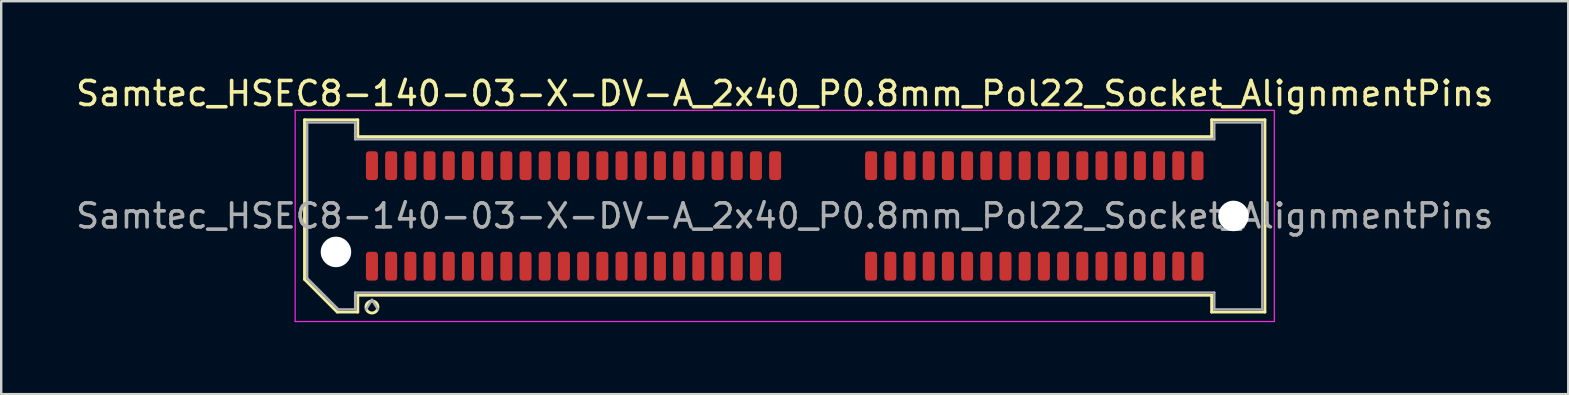
<source format=kicad_pcb>
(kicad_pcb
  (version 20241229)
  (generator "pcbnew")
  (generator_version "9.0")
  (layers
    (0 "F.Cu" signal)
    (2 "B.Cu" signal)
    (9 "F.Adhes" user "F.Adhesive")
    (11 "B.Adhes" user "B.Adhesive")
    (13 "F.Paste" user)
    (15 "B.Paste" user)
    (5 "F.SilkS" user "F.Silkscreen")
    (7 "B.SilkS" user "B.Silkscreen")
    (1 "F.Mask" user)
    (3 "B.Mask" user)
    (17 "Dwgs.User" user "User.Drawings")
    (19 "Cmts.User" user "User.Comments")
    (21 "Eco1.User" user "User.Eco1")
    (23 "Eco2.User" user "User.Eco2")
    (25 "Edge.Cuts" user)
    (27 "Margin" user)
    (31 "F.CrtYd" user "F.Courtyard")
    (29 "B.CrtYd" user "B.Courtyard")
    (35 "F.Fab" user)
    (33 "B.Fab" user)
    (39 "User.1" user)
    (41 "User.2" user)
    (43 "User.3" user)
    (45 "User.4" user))
  (footprint "Samtec_HSEC8-140-03-X-DV-A_2x40_P0.8mm_Pol22_Socket_AlignmentPins"
    (layer "F.Cu")
    (at 29.649 5.948)
    (property "Reference" "Samtec_HSEC8-140-03-X-DV-A_2x40_P0.8mm_Pol22_Socket_AlignmentPins" (at 0 -5.1 0) (layer "F.SilkS") (effects (font (size 1 1) (thickness 0.15))))
    (attr smd)
    (fp_line (start -20.01 -4.005) (end -17.79 -4.005) (stroke (width 0.12) (type solid)) (layer "F.SilkS"))
    (fp_line (start -20.01 2.641) (end -20.01 -4.005) (stroke (width 0.12) (type solid)) (layer "F.SilkS"))
    (fp_line (start -18.646 4.005) (end -20.01 2.641) (stroke (width 0.12) (type solid)) (layer "F.SilkS"))
    (fp_line (start -17.79 -4.005) (end -17.79 -3.305) (stroke (width 0.12) (type solid)) (layer "F.SilkS"))
    (fp_line (start -17.79 -3.305) (end 17.79 -3.305) (stroke (width 0.12) (type solid)) (layer "F.SilkS"))
    (fp_line (start -17.79 3.305) (end -17.79 4.005) (stroke (width 0.12) (type solid)) (layer "F.SilkS"))
    (fp_line (start -17.79 4.005) (end -18.646 4.005) (stroke (width 0.12) (type solid)) (layer "F.SilkS"))
    (fp_line (start 17.79 -4.005) (end 20.01 -4.005) (stroke (width 0.12) (type solid)) (layer "F.SilkS"))
    (fp_line (start 17.79 -3.305) (end 17.79 -4.005) (stroke (width 0.12) (type solid)) (layer "F.SilkS"))
    (fp_line (start 17.79 3.305) (end -17.79 3.305) (stroke (width 0.12) (type solid)) (layer "F.SilkS"))
    (fp_line (start 17.79 4.005) (end 17.79 3.305) (stroke (width 0.12) (type solid)) (layer "F.SilkS"))
    (fp_line (start 20.01 -4.005) (end 20.01 4.005) (stroke (width 0.12) (type solid)) (layer "F.SilkS"))
    (fp_line (start 20.01 4.005) (end 17.79 4.005) (stroke (width 0.12) (type solid)) (layer "F.SilkS"))
    (fp_arc (start -16.95 3.795) (mid -17.45 3.795) (end -16.95 3.795) (stroke (width 0.12) (type solid)) (layer "F.SilkS"))
    (fp_line (start -20.4 -4.4) (end -20.4 4.4) (stroke (width 0.05) (type solid)) (layer "F.CrtYd"))
    (fp_line (start -20.4 4.4) (end 20.4 4.4) (stroke (width 0.05) (type solid)) (layer "F.CrtYd"))
    (fp_line (start 20.4 -4.4) (end -20.4 -4.4) (stroke (width 0.05) (type solid)) (layer "F.CrtYd"))
    (fp_line (start 20.4 4.4) (end 20.4 -4.4) (stroke (width 0.05) (type solid)) (layer "F.CrtYd"))
    (fp_line (start -19.9 -3.895) (end -17.9 -3.895) (stroke (width 0.1) (type solid)) (layer "F.Fab"))
    (fp_line (start -19.9 2.595) (end -19.9 -3.895) (stroke (width 0.1) (type solid)) (layer "F.Fab"))
    (fp_line (start -18.6 3.895) (end -19.9 2.595) (stroke (width 0.1) (type solid)) (layer "F.Fab"))
    (fp_line (start -17.9 -3.895) (end -17.9 -3.195) (stroke (width 0.1) (type solid)) (layer "F.Fab"))
    (fp_line (start -17.9 -3.195) (end 17.9 -3.195) (stroke (width 0.1) (type solid)) (layer "F.Fab"))
    (fp_line (start -17.9 3.195) (end -17.9 3.895) (stroke (width 0.1) (type solid)) (layer "F.Fab"))
    (fp_line (start -17.9 3.895) (end -18.6 3.895) (stroke (width 0.1) (type solid)) (layer "F.Fab"))
    (fp_line (start -17.2 3.495) (end -17.45 3.895) (stroke (width 0.1) (type solid)) (layer "F.Fab"))
    (fp_line (start -17.2 3.495) (end -16.95 3.895) (stroke (width 0.1) (type solid)) (layer "F.Fab"))
    (fp_line (start 17.9 -3.895) (end 19.9 -3.895) (stroke (width 0.1) (type solid)) (layer "F.Fab"))
    (fp_line (start 17.9 -3.195) (end 17.9 -3.895) (stroke (width 0.1) (type solid)) (layer "F.Fab"))
    (fp_line (start 17.9 3.195) (end -17.9 3.195) (stroke (width 0.1) (type solid)) (layer "F.Fab"))
    (fp_line (start 17.9 3.895) (end 17.9 3.195) (stroke (width 0.1) (type solid)) (layer "F.Fab"))
    (fp_line (start 19.9 -3.895) (end 19.9 3.895) (stroke (width 0.1) (type solid)) (layer "F.Fab"))
    (fp_line (start 19.9 3.895) (end 17.9 3.895) (stroke (width 0.1) (type solid)) (layer "F.Fab"))
    (fp_text user "${REFERENCE}" (at 0 0 0) (layer "F.Fab") (effects (font (size 1 1) (thickness 0.15))))
    (pad "" np_thru_hole circle (at -18.7 1.5) (size 1.27 1.27) (drill 1.27) (layers "*.Cu" "*.Mask"))
    (pad "" np_thru_hole circle (at 18.7 0) (size 1.27 1.27) (drill 1.27) (layers "*.Cu" "*.Mask"))
    (pad "1" smd roundrect (at -17.2 2.095) (size 0.5 1.2) (layers "F.Cu" "F.Mask" "F.Paste") (roundrect_rratio 0.25))
    (pad "2" smd roundrect (at -17.2 -2.095) (size 0.5 1.2) (layers "F.Cu" "F.Mask" "F.Paste") (roundrect_rratio 0.25))
    (pad "3" smd roundrect (at -16.4 2.095) (size 0.5 1.2) (layers "F.Cu" "F.Mask" "F.Paste") (roundrect_rratio 0.25))
    (pad "4" smd roundrect (at -16.4 -2.095) (size 0.5 1.2) (layers "F.Cu" "F.Mask" "F.Paste") (roundrect_rratio 0.25))
    (pad "5" smd roundrect (at -15.6 2.095) (size 0.5 1.2) (layers "F.Cu" "F.Mask" "F.Paste") (roundrect_rratio 0.25))
    (pad "6" smd roundrect (at -15.6 -2.095) (size 0.5 1.2) (layers "F.Cu" "F.Mask" "F.Paste") (roundrect_rratio 0.25))
    (pad "7" smd roundrect (at -14.8 2.095) (size 0.5 1.2) (layers "F.Cu" "F.Mask" "F.Paste") (roundrect_rratio 0.25))
    (pad "8" smd roundrect (at -14.8 -2.095) (size 0.5 1.2) (layers "F.Cu" "F.Mask" "F.Paste") (roundrect_rratio 0.25))
    (pad "9" smd roundrect (at -14 2.095) (size 0.5 1.2) (layers "F.Cu" "F.Mask" "F.Paste") (roundrect_rratio 0.25))
    (pad "10" smd roundrect (at -14 -2.095) (size 0.5 1.2) (layers "F.Cu" "F.Mask" "F.Paste") (roundrect_rratio 0.25))
    (pad "11" smd roundrect (at -13.2 2.095) (size 0.5 1.2) (layers "F.Cu" "F.Mask" "F.Paste") (roundrect_rratio 0.25))
    (pad "12" smd roundrect (at -13.2 -2.095) (size 0.5 1.2) (layers "F.Cu" "F.Mask" "F.Paste") (roundrect_rratio 0.25))
    (pad "13" smd roundrect (at -12.4 2.095) (size 0.5 1.2) (layers "F.Cu" "F.Mask" "F.Paste") (roundrect_rratio 0.25))
    (pad "14" smd roundrect (at -12.4 -2.095) (size 0.5 1.2) (layers "F.Cu" "F.Mask" "F.Paste") (roundrect_rratio 0.25))
    (pad "15" smd roundrect (at -11.6 2.095) (size 0.5 1.2) (layers "F.Cu" "F.Mask" "F.Paste") (roundrect_rratio 0.25))
    (pad "16" smd roundrect (at -11.6 -2.095) (size 0.5 1.2) (layers "F.Cu" "F.Mask" "F.Paste") (roundrect_rratio 0.25))
    (pad "17" smd roundrect (at -10.8 2.095) (size 0.5 1.2) (layers "F.Cu" "F.Mask" "F.Paste") (roundrect_rratio 0.25))
    (pad "18" smd roundrect (at -10.8 -2.095) (size 0.5 1.2) (layers "F.Cu" "F.Mask" "F.Paste") (roundrect_rratio 0.25))
    (pad "19" smd roundrect (at -10 2.095) (size 0.5 1.2) (layers "F.Cu" "F.Mask" "F.Paste") (roundrect_rratio 0.25))
    (pad "20" smd roundrect (at -10 -2.095) (size 0.5 1.2) (layers "F.Cu" "F.Mask" "F.Paste") (roundrect_rratio 0.25))
    (pad "21" smd roundrect (at -9.2 2.095) (size 0.5 1.2) (layers "F.Cu" "F.Mask" "F.Paste") (roundrect_rratio 0.25))
    (pad "22" smd roundrect (at -9.2 -2.095) (size 0.5 1.2) (layers "F.Cu" "F.Mask" "F.Paste") (roundrect_rratio 0.25))
    (pad "23" smd roundrect (at -8.4 2.095) (size 0.5 1.2) (layers "F.Cu" "F.Mask" "F.Paste") (roundrect_rratio 0.25))
    (pad "24" smd roundrect (at -8.4 -2.095) (size 0.5 1.2) (layers "F.Cu" "F.Mask" "F.Paste") (roundrect_rratio 0.25))
    (pad "25" smd roundrect (at -7.6 2.095) (size 0.5 1.2) (layers "F.Cu" "F.Mask" "F.Paste") (roundrect_rratio 0.25))
    (pad "26" smd roundrect (at -7.6 -2.095) (size 0.5 1.2) (layers "F.Cu" "F.Mask" "F.Paste") (roundrect_rratio 0.25))
    (pad "27" smd roundrect (at -6.8 2.095) (size 0.5 1.2) (layers "F.Cu" "F.Mask" "F.Paste") (roundrect_rratio 0.25))
    (pad "28" smd roundrect (at -6.8 -2.095) (size 0.5 1.2) (layers "F.Cu" "F.Mask" "F.Paste") (roundrect_rratio 0.25))
    (pad "29" smd roundrect (at -6 2.095) (size 0.5 1.2) (layers "F.Cu" "F.Mask" "F.Paste") (roundrect_rratio 0.25))
    (pad "30" smd roundrect (at -6 -2.095) (size 0.5 1.2) (layers "F.Cu" "F.Mask" "F.Paste") (roundrect_rratio 0.25))
    (pad "31" smd roundrect (at -5.2 2.095) (size 0.5 1.2) (layers "F.Cu" "F.Mask" "F.Paste") (roundrect_rratio 0.25))
    (pad "32" smd roundrect (at -5.2 -2.095) (size 0.5 1.2) (layers "F.Cu" "F.Mask" "F.Paste") (roundrect_rratio 0.25))
    (pad "33" smd roundrect (at -4.4 2.095) (size 0.5 1.2) (layers "F.Cu" "F.Mask" "F.Paste") (roundrect_rratio 0.25))
    (pad "34" smd roundrect (at -4.4 -2.095) (size 0.5 1.2) (layers "F.Cu" "F.Mask" "F.Paste") (roundrect_rratio 0.25))
    (pad "35" smd roundrect (at -3.6 2.095) (size 0.5 1.2) (layers "F.Cu" "F.Mask" "F.Paste") (roundrect_rratio 0.25))
    (pad "36" smd roundrect (at -3.6 -2.095) (size 0.5 1.2) (layers "F.Cu" "F.Mask" "F.Paste") (roundrect_rratio 0.25))
    (pad "37" smd roundrect (at -2.8 2.095) (size 0.5 1.2) (layers "F.Cu" "F.Mask" "F.Paste") (roundrect_rratio 0.25))
    (pad "38" smd roundrect (at -2.8 -2.095) (size 0.5 1.2) (layers "F.Cu" "F.Mask" "F.Paste") (roundrect_rratio 0.25))
    (pad "39" smd roundrect (at -2 2.095) (size 0.5 1.2) (layers "F.Cu" "F.Mask" "F.Paste") (roundrect_rratio 0.25))
    (pad "40" smd roundrect (at -2 -2.095) (size 0.5 1.2) (layers "F.Cu" "F.Mask" "F.Paste") (roundrect_rratio 0.25))
    (pad "41" smd roundrect (at -1.2 2.095) (size 0.5 1.2) (layers "F.Cu" "F.Mask" "F.Paste") (roundrect_rratio 0.25))
    (pad "42" smd roundrect (at -1.2 -2.095) (size 0.5 1.2) (layers "F.Cu" "F.Mask" "F.Paste") (roundrect_rratio 0.25))
    (pad "43" smd roundrect (at -0.4 2.095) (size 0.5 1.2) (layers "F.Cu" "F.Mask" "F.Paste") (roundrect_rratio 0.25))
    (pad "44" smd roundrect (at -0.4 -2.095) (size 0.5 1.2) (layers "F.Cu" "F.Mask" "F.Paste") (roundrect_rratio 0.25))
    (pad "45" smd roundrect (at 3.6 2.095) (size 0.5 1.2) (layers "F.Cu" "F.Mask" "F.Paste") (roundrect_rratio 0.25))
    (pad "46" smd roundrect (at 3.6 -2.095) (size 0.5 1.2) (layers "F.Cu" "F.Mask" "F.Paste") (roundrect_rratio 0.25))
    (pad "47" smd roundrect (at 4.4 2.095) (size 0.5 1.2) (layers "F.Cu" "F.Mask" "F.Paste") (roundrect_rratio 0.25))
    (pad "48" smd roundrect (at 4.4 -2.095) (size 0.5 1.2) (layers "F.Cu" "F.Mask" "F.Paste") (roundrect_rratio 0.25))
    (pad "49" smd roundrect (at 5.2 2.095) (size 0.5 1.2) (layers "F.Cu" "F.Mask" "F.Paste") (roundrect_rratio 0.25))
    (pad "50" smd roundrect (at 5.2 -2.095) (size 0.5 1.2) (layers "F.Cu" "F.Mask" "F.Paste") (roundrect_rratio 0.25))
    (pad "51" smd roundrect (at 6 2.095) (size 0.5 1.2) (layers "F.Cu" "F.Mask" "F.Paste") (roundrect_rratio 0.25))
    (pad "52" smd roundrect (at 6 -2.095) (size 0.5 1.2) (layers "F.Cu" "F.Mask" "F.Paste") (roundrect_rratio 0.25))
    (pad "53" smd roundrect (at 6.8 2.095) (size 0.5 1.2) (layers "F.Cu" "F.Mask" "F.Paste") (roundrect_rratio 0.25))
    (pad "54" smd roundrect (at 6.8 -2.095) (size 0.5 1.2) (layers "F.Cu" "F.Mask" "F.Paste") (roundrect_rratio 0.25))
    (pad "55" smd roundrect (at 7.6 2.095) (size 0.5 1.2) (layers "F.Cu" "F.Mask" "F.Paste") (roundrect_rratio 0.25))
    (pad "56" smd roundrect (at 7.6 -2.095) (size 0.5 1.2) (layers "F.Cu" "F.Mask" "F.Paste") (roundrect_rratio 0.25))
    (pad "57" smd roundrect (at 8.4 2.095) (size 0.5 1.2) (layers "F.Cu" "F.Mask" "F.Paste") (roundrect_rratio 0.25))
    (pad "58" smd roundrect (at 8.4 -2.095) (size 0.5 1.2) (layers "F.Cu" "F.Mask" "F.Paste") (roundrect_rratio 0.25))
    (pad "59" smd roundrect (at 9.2 2.095) (size 0.5 1.2) (layers "F.Cu" "F.Mask" "F.Paste") (roundrect_rratio 0.25))
    (pad "60" smd roundrect (at 9.2 -2.095) (size 0.5 1.2) (layers "F.Cu" "F.Mask" "F.Paste") (roundrect_rratio 0.25))
    (pad "61" smd roundrect (at 10 2.095) (size 0.5 1.2) (layers "F.Cu" "F.Mask" "F.Paste") (roundrect_rratio 0.25))
    (pad "62" smd roundrect (at 10 -2.095) (size 0.5 1.2) (layers "F.Cu" "F.Mask" "F.Paste") (roundrect_rratio 0.25))
    (pad "63" smd roundrect (at 10.8 2.095) (size 0.5 1.2) (layers "F.Cu" "F.Mask" "F.Paste") (roundrect_rratio 0.25))
    (pad "64" smd roundrect (at 10.8 -2.095) (size 0.5 1.2) (layers "F.Cu" "F.Mask" "F.Paste") (roundrect_rratio 0.25))
    (pad "65" smd roundrect (at 11.6 2.095) (size 0.5 1.2) (layers "F.Cu" "F.Mask" "F.Paste") (roundrect_rratio 0.25))
    (pad "66" smd roundrect (at 11.6 -2.095) (size 0.5 1.2) (layers "F.Cu" "F.Mask" "F.Paste") (roundrect_rratio 0.25))
    (pad "67" smd roundrect (at 12.4 2.095) (size 0.5 1.2) (layers "F.Cu" "F.Mask" "F.Paste") (roundrect_rratio 0.25))
    (pad "68" smd roundrect (at 12.4 -2.095) (size 0.5 1.2) (layers "F.Cu" "F.Mask" "F.Paste") (roundrect_rratio 0.25))
    (pad "69" smd roundrect (at 13.2 2.095) (size 0.5 1.2) (layers "F.Cu" "F.Mask" "F.Paste") (roundrect_rratio 0.25))
    (pad "70" smd roundrect (at 13.2 -2.095) (size 0.5 1.2) (layers "F.Cu" "F.Mask" "F.Paste") (roundrect_rratio 0.25))
    (pad "71" smd roundrect (at 14 2.095) (size 0.5 1.2) (layers "F.Cu" "F.Mask" "F.Paste") (roundrect_rratio 0.25))
    (pad "72" smd roundrect (at 14 -2.095) (size 0.5 1.2) (layers "F.Cu" "F.Mask" "F.Paste") (roundrect_rratio 0.25))
    (pad "73" smd roundrect (at 14.8 2.095) (size 0.5 1.2) (layers "F.Cu" "F.Mask" "F.Paste") (roundrect_rratio 0.25))
    (pad "74" smd roundrect (at 14.8 -2.095) (size 0.5 1.2) (layers "F.Cu" "F.Mask" "F.Paste") (roundrect_rratio 0.25))
    (pad "75" smd roundrect (at 15.6 2.095) (size 0.5 1.2) (layers "F.Cu" "F.Mask" "F.Paste") (roundrect_rratio 0.25))
    (pad "76" smd roundrect (at 15.6 -2.095) (size 0.5 1.2) (layers "F.Cu" "F.Mask" "F.Paste") (roundrect_rratio 0.25))
    (pad "77" smd roundrect (at 16.4 2.095) (size 0.5 1.2) (layers "F.Cu" "F.Mask" "F.Paste") (roundrect_rratio 0.25))
    (pad "78" smd roundrect (at 16.4 -2.095) (size 0.5 1.2) (layers "F.Cu" "F.Mask" "F.Paste") (roundrect_rratio 0.25))
    (pad "79" smd roundrect (at 17.2 2.095) (size 0.5 1.2) (layers "F.Cu" "F.Mask" "F.Paste") (roundrect_rratio 0.25))
    (pad "80" smd roundrect (at 17.2 -2.095) (size 0.5 1.2) (layers "F.Cu" "F.Mask" "F.Paste") (roundrect_rratio 0.25)))
  (gr_rect
    (start -3 -3)
    (end 62.298 13.373)
    (stroke (width 0.1) (type default))
    (fill no)
    (layer "Edge.Cuts")))
</source>
